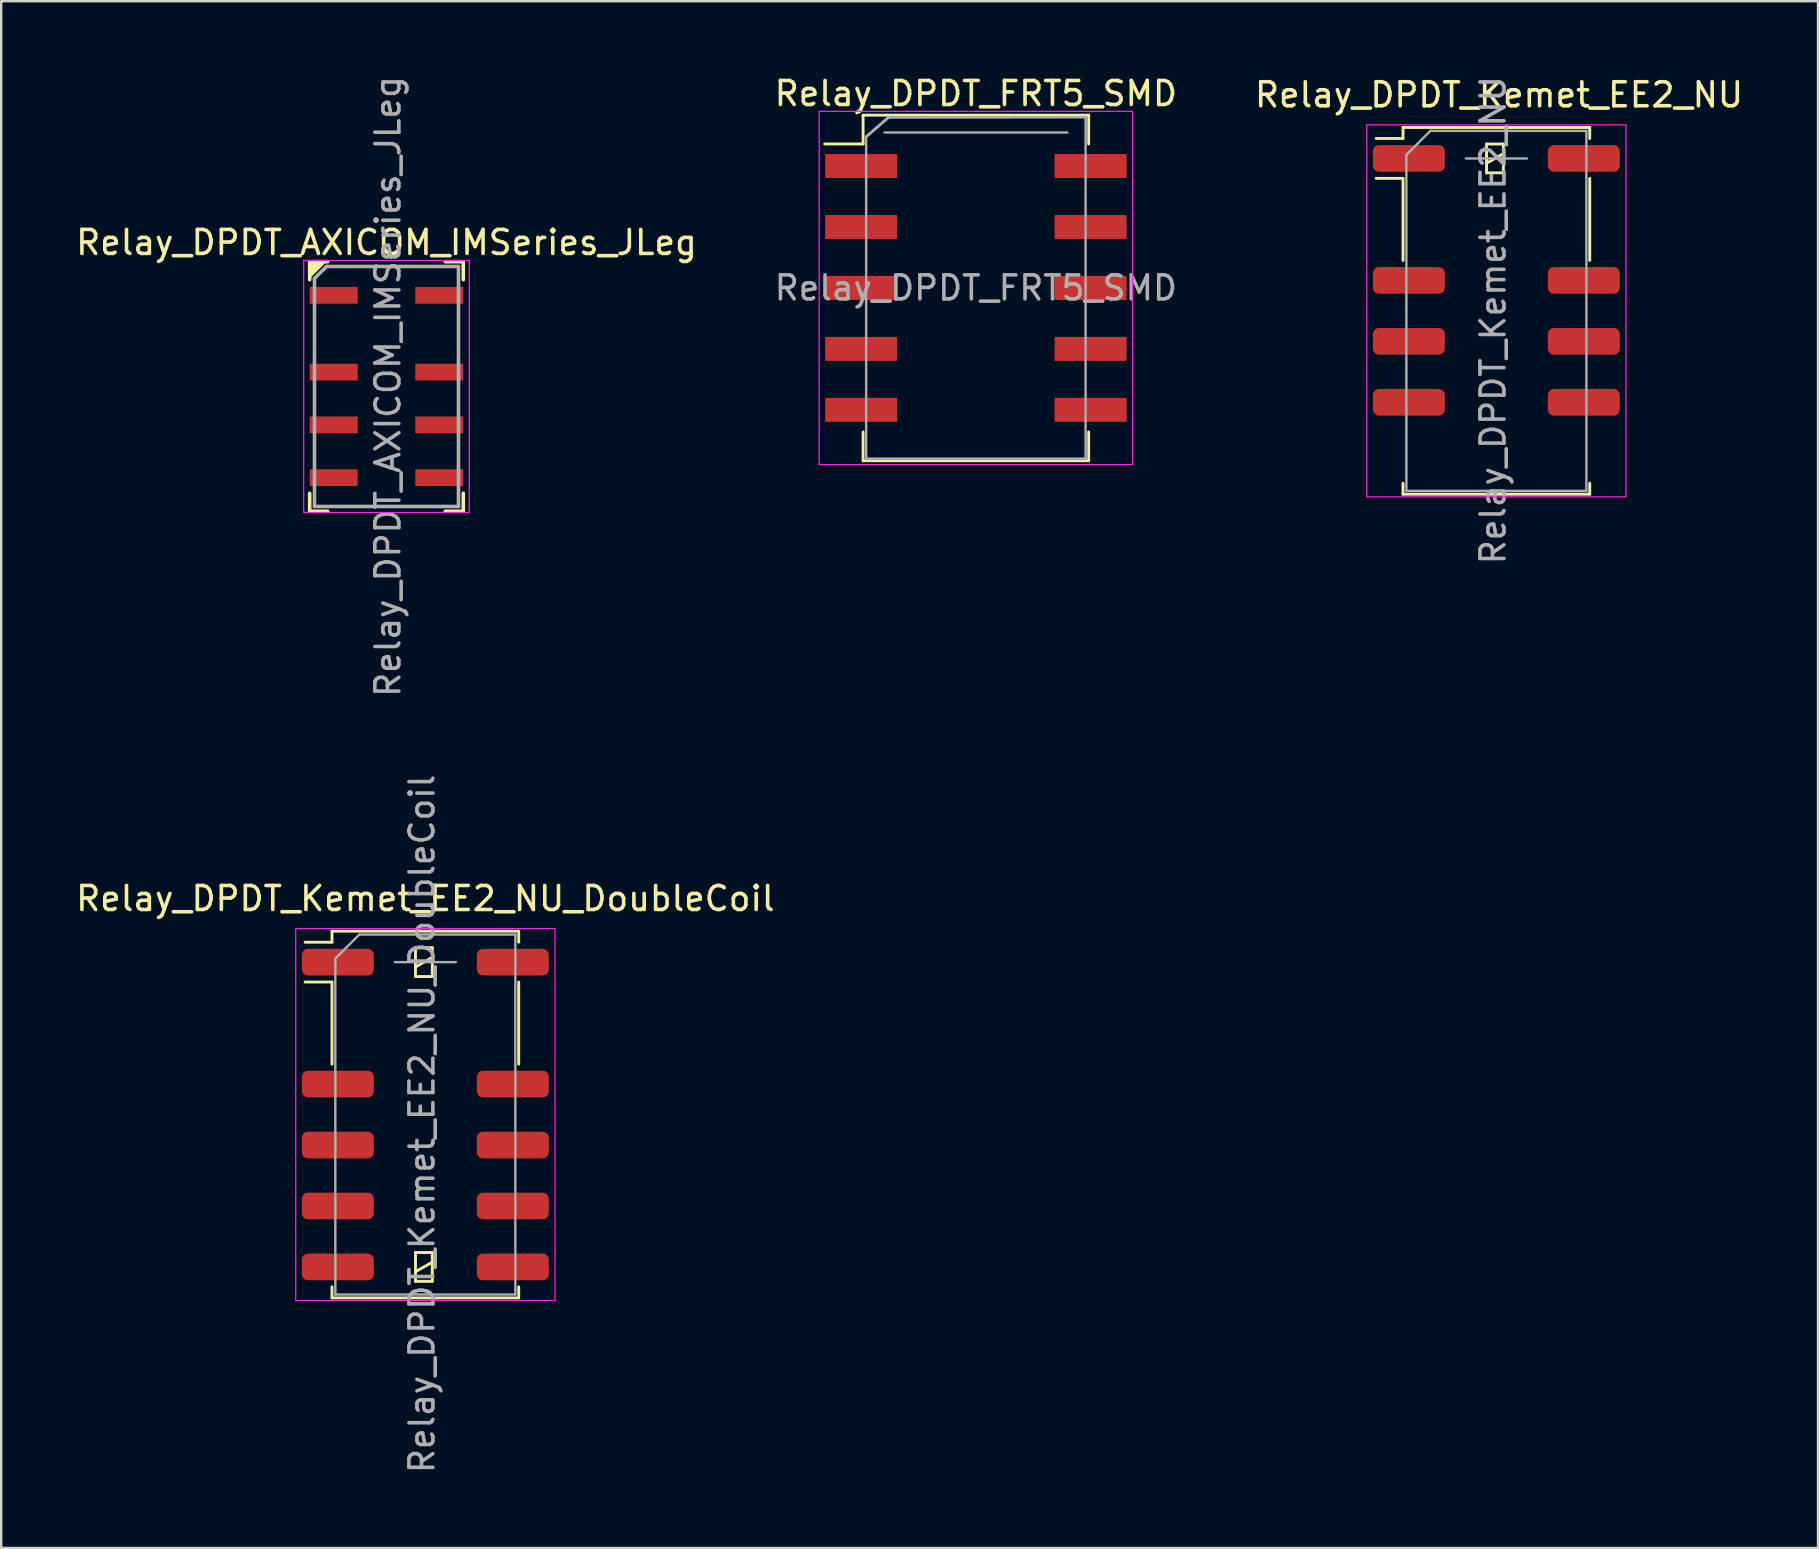
<source format=kicad_pcb>
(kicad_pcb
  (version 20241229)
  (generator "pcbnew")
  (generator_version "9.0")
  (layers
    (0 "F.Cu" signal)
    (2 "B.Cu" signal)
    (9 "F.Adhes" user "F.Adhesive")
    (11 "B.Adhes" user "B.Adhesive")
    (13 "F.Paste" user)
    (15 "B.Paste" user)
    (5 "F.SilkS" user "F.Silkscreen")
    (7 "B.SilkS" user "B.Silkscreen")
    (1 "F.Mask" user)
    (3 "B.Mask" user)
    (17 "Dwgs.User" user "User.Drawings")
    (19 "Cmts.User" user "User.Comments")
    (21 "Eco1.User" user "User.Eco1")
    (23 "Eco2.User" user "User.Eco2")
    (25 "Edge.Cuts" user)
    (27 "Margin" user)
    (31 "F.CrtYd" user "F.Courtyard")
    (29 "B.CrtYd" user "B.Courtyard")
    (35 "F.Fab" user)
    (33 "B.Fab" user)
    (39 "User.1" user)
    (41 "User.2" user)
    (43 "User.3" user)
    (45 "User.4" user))
  (footprint "Relay_DPDT_Kemet_EE2_NU"
    (layer "F.Cu")
    (at 59.301 9.902)
    (property "Reference" "Relay_DPDT_Kemet_EE2_NU" (at 0.11 -9 180) (layer "F.SilkS") (effects (font (size 1 1) (thickness 0.15))))
    (attr smd)
    (fp_line (start -3.89 -7.64) (end -3.89 -7.18) (stroke (width 0.12) (type solid)) (layer "F.SilkS"))
    (fp_line (start -3.89 -7.18) (end -5.01 -7.18) (stroke (width 0.12) (type solid)) (layer "F.SilkS"))
    (fp_line (start -3.89 -5.52) (end -5.01 -5.52) (stroke (width 0.12) (type solid)) (layer "F.SilkS"))
    (fp_line (start -3.89 -5.52) (end -3.89 -2.1) (stroke (width 0.12) (type solid)) (layer "F.SilkS"))
    (fp_line (start -3.89 7.18) (end -3.89 7.64) (stroke (width 0.12) (type solid)) (layer "F.SilkS"))
    (fp_line (start -0.41 -6.95) (end -0.41 -5.75) (stroke (width 0.12) (type solid)) (layer "F.SilkS"))
    (fp_line (start -0.41 -6.15) (end 0.29 -6.55) (stroke (width 0.12) (type solid)) (layer "F.SilkS"))
    (fp_line (start -0.41 -5.75) (end 0.29 -5.75) (stroke (width 0.12) (type solid)) (layer "F.SilkS"))
    (fp_line (start 0.29 -6.95) (end -0.41 -6.95) (stroke (width 0.12) (type solid)) (layer "F.SilkS"))
    (fp_line (start 0.29 -5.75) (end 0.29 -6.95) (stroke (width 0.12) (type solid)) (layer "F.SilkS"))
    (fp_line (start 3.89 -7.64) (end -3.89 -7.64) (stroke (width 0.12) (type solid)) (layer "F.SilkS"))
    (fp_line (start 3.89 -7.64) (end 3.89 -7.18) (stroke (width 0.12) (type solid)) (layer "F.SilkS"))
    (fp_line (start 3.89 -5.52) (end 3.89 -2.1) (stroke (width 0.12) (type solid)) (layer "F.SilkS"))
    (fp_line (start 3.89 7.18) (end 3.89 7.64) (stroke (width 0.12) (type solid)) (layer "F.SilkS"))
    (fp_line (start 3.89 7.64) (end -3.89 7.64) (stroke (width 0.12) (type solid)) (layer "F.SilkS"))
    (fp_line (start -5.4 -7.75) (end -5.4 7.75) (stroke (width 0.05) (type solid)) (layer "F.CrtYd"))
    (fp_line (start -5.4 7.75) (end 5.4 7.75) (stroke (width 0.05) (type solid)) (layer "F.CrtYd"))
    (fp_line (start 5.4 -7.75) (end -5.4 -7.75) (stroke (width 0.05) (type solid)) (layer "F.CrtYd"))
    (fp_line (start 5.4 -7.75) (end 5.4 7.75) (stroke (width 0.05) (type solid)) (layer "F.CrtYd"))
    (fp_line (start -3.75 -6.5) (end -3.75 7.5) (stroke (width 0.1) (type solid)) (layer "F.Fab"))
    (fp_line (start -3.75 -6.5) (end -2.75 -7.5) (stroke (width 0.1) (type solid)) (layer "F.Fab"))
    (fp_line (start -1.27 -6.35) (end 1.27 -6.35) (stroke (width 0.1) (type solid)) (layer "F.Fab"))
    (fp_line (start 3.75 -7.5) (end -2.75 -7.5) (stroke (width 0.1) (type solid)) (layer "F.Fab"))
    (fp_line (start 3.75 -7.5) (end 3.75 7.5) (stroke (width 0.1) (type solid)) (layer "F.Fab"))
    (fp_line (start 3.75 7.5) (end -3.75 7.5) (stroke (width 0.1) (type solid)) (layer "F.Fab"))
    (fp_text user "${REFERENCE}" (at -0.14 0.39 90) (layer "F.Fab") (effects (font (size 1 1) (thickness 0.15))))
    (pad "1" smd roundrect (at -3.645 -6.35 270) (size 1.11 3) (layers "F.Cu" "F.Mask" "F.Paste") (roundrect_rratio 0.225))
    (pad "3" smd roundrect (at -3.645 -1.27 270) (size 1.11 3) (layers "F.Cu" "F.Mask" "F.Paste") (roundrect_rratio 0.225))
    (pad "4" smd roundrect (at -3.645 1.27 270) (size 1.11 3) (layers "F.Cu" "F.Mask" "F.Paste") (roundrect_rratio 0.225))
    (pad "5" smd roundrect (at -3.645 3.81 270) (size 1.11 3) (layers "F.Cu" "F.Mask" "F.Paste") (roundrect_rratio 0.225))
    (pad "8" smd roundrect (at 3.645 3.81 270) (size 1.11 3) (layers "F.Cu" "F.Mask" "F.Paste") (roundrect_rratio 0.225))
    (pad "9" smd roundrect (at 3.645 1.27 270) (size 1.11 3) (layers "F.Cu" "F.Mask" "F.Paste") (roundrect_rratio 0.225))
    (pad "10" smd roundrect (at 3.645 -1.27 270) (size 1.11 3) (layers "F.Cu" "F.Mask" "F.Paste") (roundrect_rratio 0.225))
    (pad "12" smd roundrect (at 3.645 -6.35 270) (size 1.11 3) (layers "F.Cu" "F.Mask" "F.Paste") (roundrect_rratio 0.225)))
  (footprint "Relay_DPDT_FRT5_SMD"
    (layer "F.Cu")
    (at 37.613 8.948)
    (property "Reference" "Relay_DPDT_FRT5_SMD" (at 0 -8.1 0) (layer "F.SilkS") (effects (font (size 1 1) (thickness 0.15))))
    (attr smd)
    (fp_line (start -4.7 -7.2) (end -4.7 -6) (stroke (width 0.12) (type solid)) (layer "F.SilkS"))
    (fp_line (start -4.7 -7.2) (end 4.7 -7.2) (stroke (width 0.12) (type solid)) (layer "F.SilkS"))
    (fp_line (start -4.7 -6) (end -6.3 -6) (stroke (width 0.12) (type solid)) (layer "F.SilkS"))
    (fp_line (start -4.7 7.2) (end -4.7 6) (stroke (width 0.12) (type solid)) (layer "F.SilkS"))
    (fp_line (start 4.7 -7.2) (end 4.7 -6) (stroke (width 0.12) (type solid)) (layer "F.SilkS"))
    (fp_line (start 4.7 7.2) (end -4.7 7.2) (stroke (width 0.12) (type solid)) (layer "F.SilkS"))
    (fp_line (start 4.7 7.2) (end 4.7 6) (stroke (width 0.12) (type solid)) (layer "F.SilkS"))
    (fp_line (start -6.53 -7.36) (end -6.53 7.36) (stroke (width 0.05) (type solid)) (layer "F.CrtYd"))
    (fp_line (start -6.53 -7.36) (end 6.53 -7.36) (stroke (width 0.05) (type solid)) (layer "F.CrtYd"))
    (fp_line (start 6.53 7.36) (end -6.53 7.36) (stroke (width 0.05) (type solid)) (layer "F.CrtYd"))
    (fp_line (start 6.53 7.36) (end 6.53 -7.36) (stroke (width 0.05) (type solid)) (layer "F.CrtYd"))
    (fp_line (start -4.572 -6.3) (end -3.65 -7.1) (stroke (width 0.12) (type solid)) (layer "F.Fab"))
    (fp_line (start -4.572 7.112) (end -4.572 -6.3) (stroke (width 0.1) (type solid)) (layer "F.Fab"))
    (fp_line (start -3.81 -6.477) (end 3.81 -6.477) (stroke (width 0.1) (type solid)) (layer "F.Fab"))
    (fp_line (start -3.65 -7.1) (end 4.572 -7.112) (stroke (width 0.1) (type solid)) (layer "F.Fab"))
    (fp_line (start 4.572 -7.112) (end 4.572 7.112) (stroke (width 0.1) (type solid)) (layer "F.Fab"))
    (fp_line (start 4.572 7.112) (end -4.572 7.112) (stroke (width 0.1) (type solid)) (layer "F.Fab"))
    (fp_text user "${REFERENCE}" (at 0 0 0) (layer "F.Fab") (effects (font (size 1 1) (thickness 0.15))))
    (pad "1" smd rect (at -4.78 -5.08) (size 3 1) (layers "F.Cu" "F.Mask" "F.Paste"))
    (pad "2" smd rect (at -4.78 -2.54) (size 3 1) (layers "F.Cu" "F.Mask" "F.Paste"))
    (pad "3" smd rect (at -4.78 0) (size 3 1) (layers "F.Cu" "F.Mask" "F.Paste"))
    (pad "4" smd rect (at -4.78 2.54) (size 3 1) (layers "F.Cu" "F.Mask" "F.Paste"))
    (pad "5" smd rect (at -4.78 5.08) (size 3 1) (layers "F.Cu" "F.Mask" "F.Paste"))
    (pad "6" smd rect (at 4.78 5.08) (size 3 1) (layers "F.Cu" "F.Mask" "F.Paste"))
    (pad "7" smd rect (at 4.78 2.54) (size 3 1) (layers "F.Cu" "F.Mask" "F.Paste"))
    (pad "8" smd rect (at 4.78 0) (size 3 1) (layers "F.Cu" "F.Mask" "F.Paste"))
    (pad "9" smd rect (at 4.78 -2.54) (size 3 1) (layers "F.Cu" "F.Mask" "F.Paste"))
    (pad "10" smd rect (at 4.78 -5.08) (size 3 1) (layers "F.Cu" "F.Mask" "F.Paste")))
  (footprint "Relay_DPDT_AXICOM_IMSeries_JLeg"
    (layer "F.Cu")
    (at 13.054 13.054)
    (property "Reference" "Relay_DPDT_AXICOM_IMSeries_JLeg" (at 0 -6 0) (layer "F.SilkS") (effects (font (size 1 1) (thickness 0.15))))
    (attr smd)
    (fp_line (start -3.2 -5.2) (end -3.2 -4.45) (stroke (width 0.15) (type solid)) (layer "F.SilkS"))
    (fp_line (start -3.2 4.45) (end -3.2 5.2) (stroke (width 0.15) (type solid)) (layer "F.SilkS"))
    (fp_line (start -3.2 5.2) (end -2.45 5.2) (stroke (width 0.15) (type solid)) (layer "F.SilkS"))
    (fp_line (start -3.05 -5.2) (end -3.2 -5.05) (stroke (width 0.15) (type solid)) (layer "F.SilkS"))
    (fp_line (start -2.9 -5.2) (end -3.2 -4.9) (stroke (width 0.15) (type solid)) (layer "F.SilkS"))
    (fp_line (start -2.75 -5.2) (end -3.2 -4.75) (stroke (width 0.15) (type solid)) (layer "F.SilkS"))
    (fp_line (start -2.6 -5.2) (end -3.2 -4.6) (stroke (width 0.15) (type solid)) (layer "F.SilkS"))
    (fp_line (start -2.45 -5.2) (end -3.2 -5.2) (stroke (width 0.15) (type solid)) (layer "F.SilkS"))
    (fp_line (start 2.45 -5.2) (end 3.2 -5.2) (stroke (width 0.15) (type solid)) (layer "F.SilkS"))
    (fp_line (start 2.45 5.2) (end 3.2 5.2) (stroke (width 0.15) (type solid)) (layer "F.SilkS"))
    (fp_line (start 3.2 -5.2) (end 3.2 -4.45) (stroke (width 0.15) (type solid)) (layer "F.SilkS"))
    (fp_line (start 3.2 4.45) (end 3.2 5.2) (stroke (width 0.15) (type solid)) (layer "F.SilkS"))
    (fp_line (start -3.45 -5.25) (end -3.45 5.25) (stroke (width 0.05) (type solid)) (layer "F.CrtYd"))
    (fp_line (start -3.45 5.25) (end 3.45 5.25) (stroke (width 0.05) (type solid)) (layer "F.CrtYd"))
    (fp_line (start 3.45 -5.25) (end -3.45 -5.25) (stroke (width 0.05) (type solid)) (layer "F.CrtYd"))
    (fp_line (start 3.45 5.25) (end 3.45 -5.25) (stroke (width 0.05) (type solid)) (layer "F.CrtYd"))
    (fp_line (start -3 -4.5) (end -2.5 -5) (stroke (width 0.15) (type solid)) (layer "F.Fab"))
    (fp_line (start -3 5) (end -3 -4.5) (stroke (width 0.15) (type solid)) (layer "F.Fab"))
    (fp_line (start -2.5 -5) (end 3 -5) (stroke (width 0.15) (type solid)) (layer "F.Fab"))
    (fp_line (start 3 -5) (end 3 5) (stroke (width 0.15) (type solid)) (layer "F.Fab"))
    (fp_line (start 3 5) (end -3 5) (stroke (width 0.15) (type solid)) (layer "F.Fab"))
    (fp_text user "${REFERENCE}" (at 0.06 0 90) (layer "F.Fab") (effects (font (size 1 1) (thickness 0.15))))
    (pad "1" smd rect (at -2.2 -3.8) (size 2 0.7) (layers "F.Cu" "F.Mask" "F.Paste"))
    (pad "2" smd rect (at -2.2 -0.6) (size 2 0.7) (layers "F.Cu" "F.Mask" "F.Paste"))
    (pad "3" smd rect (at -2.2 1.6) (size 2 0.7) (layers "F.Cu" "F.Mask" "F.Paste"))
    (pad "4" smd rect (at -2.2 3.8) (size 2 0.7) (layers "F.Cu" "F.Mask" "F.Paste"))
    (pad "5" smd rect (at 2.2 3.8) (size 2 0.7) (layers "F.Cu" "F.Mask" "F.Paste"))
    (pad "6" smd rect (at 2.2 1.6) (size 2 0.7) (layers "F.Cu" "F.Mask" "F.Paste"))
    (pad "7" smd rect (at 2.2 -0.6) (size 2 0.7) (layers "F.Cu" "F.Mask" "F.Paste"))
    (pad "8" smd rect (at 2.2 -3.8) (size 2 0.7) (layers "F.Cu" "F.Mask" "F.Paste")))
  (footprint "Relay_DPDT_Kemet_EE2_NU_DoubleCoil"
    (layer "F.Cu")
    (at 14.673 43.39)
    (property "Reference" "Relay_DPDT_Kemet_EE2_NU_DoubleCoil" (at 0 -9 180) (layer "F.SilkS") (effects (font (size 1 1) (thickness 0.15))))
    (attr smd)
    (fp_line (start -3.89 -7.64) (end -3.89 -7.18) (stroke (width 0.12) (type solid)) (layer "F.SilkS"))
    (fp_line (start -3.89 -7.18) (end -5.01 -7.18) (stroke (width 0.12) (type solid)) (layer "F.SilkS"))
    (fp_line (start -3.89 -5.52) (end -5.01 -5.52) (stroke (width 0.12) (type solid)) (layer "F.SilkS"))
    (fp_line (start -3.89 -5.52) (end -3.89 -2.1) (stroke (width 0.12) (type solid)) (layer "F.SilkS"))
    (fp_line (start -3.89 7.18) (end -3.89 7.64) (stroke (width 0.12) (type solid)) (layer "F.SilkS"))
    (fp_line (start -0.41 -6.95) (end -0.41 -5.75) (stroke (width 0.12) (type solid)) (layer "F.SilkS"))
    (fp_line (start -0.41 -6.15) (end 0.29 -6.55) (stroke (width 0.12) (type solid)) (layer "F.SilkS"))
    (fp_line (start -0.41 -5.75) (end 0.29 -5.75) (stroke (width 0.12) (type solid)) (layer "F.SilkS"))
    (fp_line (start -0.41 5.75) (end -0.41 6.95) (stroke (width 0.12) (type solid)) (layer "F.SilkS"))
    (fp_line (start -0.41 6.55) (end 0.29 6.15) (stroke (width 0.12) (type solid)) (layer "F.SilkS"))
    (fp_line (start -0.41 6.95) (end 0.29 6.95) (stroke (width 0.12) (type solid)) (layer "F.SilkS"))
    (fp_line (start 0.29 -6.95) (end -0.41 -6.95) (stroke (width 0.12) (type solid)) (layer "F.SilkS"))
    (fp_line (start 0.29 -5.75) (end 0.29 -6.95) (stroke (width 0.12) (type solid)) (layer "F.SilkS"))
    (fp_line (start 0.29 5.75) (end -0.41 5.75) (stroke (width 0.12) (type solid)) (layer "F.SilkS"))
    (fp_line (start 0.29 6.95) (end 0.29 5.75) (stroke (width 0.12) (type solid)) (layer "F.SilkS"))
    (fp_line (start 3.89 -7.64) (end -3.89 -7.64) (stroke (width 0.12) (type solid)) (layer "F.SilkS"))
    (fp_line (start 3.89 -7.64) (end 3.89 -7.18) (stroke (width 0.12) (type solid)) (layer "F.SilkS"))
    (fp_line (start 3.89 -5.52) (end 3.89 -2.1) (stroke (width 0.12) (type solid)) (layer "F.SilkS"))
    (fp_line (start 3.89 7.18) (end 3.89 7.64) (stroke (width 0.12) (type solid)) (layer "F.SilkS"))
    (fp_line (start 3.89 7.64) (end -3.89 7.64) (stroke (width 0.12) (type solid)) (layer "F.SilkS"))
    (fp_line (start -5.4 -7.75) (end -5.4 7.75) (stroke (width 0.05) (type solid)) (layer "F.CrtYd"))
    (fp_line (start -5.4 7.75) (end 5.4 7.75) (stroke (width 0.05) (type solid)) (layer "F.CrtYd"))
    (fp_line (start 5.4 -7.75) (end -5.4 -7.75) (stroke (width 0.05) (type solid)) (layer "F.CrtYd"))
    (fp_line (start 5.4 -7.75) (end 5.4 7.75) (stroke (width 0.05) (type solid)) (layer "F.CrtYd"))
    (fp_line (start -3.75 -6.5) (end -3.75 7.5) (stroke (width 0.1) (type solid)) (layer "F.Fab"))
    (fp_line (start -3.75 -6.5) (end -2.75 -7.5) (stroke (width 0.1) (type solid)) (layer "F.Fab"))
    (fp_line (start -1.27 -6.35) (end 1.27 -6.35) (stroke (width 0.1) (type solid)) (layer "F.Fab"))
    (fp_line (start 3.75 -7.5) (end -2.75 -7.5) (stroke (width 0.1) (type solid)) (layer "F.Fab"))
    (fp_line (start 3.75 -7.5) (end 3.75 7.5) (stroke (width 0.1) (type solid)) (layer "F.Fab"))
    (fp_line (start 3.75 7.5) (end -3.75 7.5) (stroke (width 0.1) (type solid)) (layer "F.Fab"))
    (fp_text user "${REFERENCE}" (at -0.14 0.39 90) (layer "F.Fab") (effects (font (size 1 1) (thickness 0.15))))
    (pad "1" smd roundrect (at -3.645 -6.35 270) (size 1.11 3) (layers "F.Cu" "F.Mask" "F.Paste") (roundrect_rratio 0.225))
    (pad "3" smd roundrect (at -3.645 -1.27 270) (size 1.11 3) (layers "F.Cu" "F.Mask" "F.Paste") (roundrect_rratio 0.225))
    (pad "4" smd roundrect (at -3.645 1.27 270) (size 1.11 3) (layers "F.Cu" "F.Mask" "F.Paste") (roundrect_rratio 0.225))
    (pad "5" smd roundrect (at -3.645 3.81 270) (size 1.11 3) (layers "F.Cu" "F.Mask" "F.Paste") (roundrect_rratio 0.225))
    (pad "6" smd roundrect (at -3.645 6.35 270) (size 1.11 3) (layers "F.Cu" "F.Mask" "F.Paste") (roundrect_rratio 0.225))
    (pad "7" smd roundrect (at 3.645 6.35 270) (size 1.11 3) (layers "F.Cu" "F.Mask" "F.Paste") (roundrect_rratio 0.225))
    (pad "8" smd roundrect (at 3.645 3.81 270) (size 1.11 3) (layers "F.Cu" "F.Mask" "F.Paste") (roundrect_rratio 0.225))
    (pad "9" smd roundrect (at 3.645 1.27 270) (size 1.11 3) (layers "F.Cu" "F.Mask" "F.Paste") (roundrect_rratio 0.225))
    (pad "10" smd roundrect (at 3.645 -1.27 270) (size 1.11 3) (layers "F.Cu" "F.Mask" "F.Paste") (roundrect_rratio 0.225))
    (pad "12" smd roundrect (at 3.645 -6.35 270) (size 1.11 3) (layers "F.Cu" "F.Mask" "F.Paste") (roundrect_rratio 0.225)))
  (gr_rect
    (start -3 -3)
    (end 72.702 61.452)
    (stroke (width 0.1) (type default))
    (fill no)
    (layer "Edge.Cuts")))
</source>
